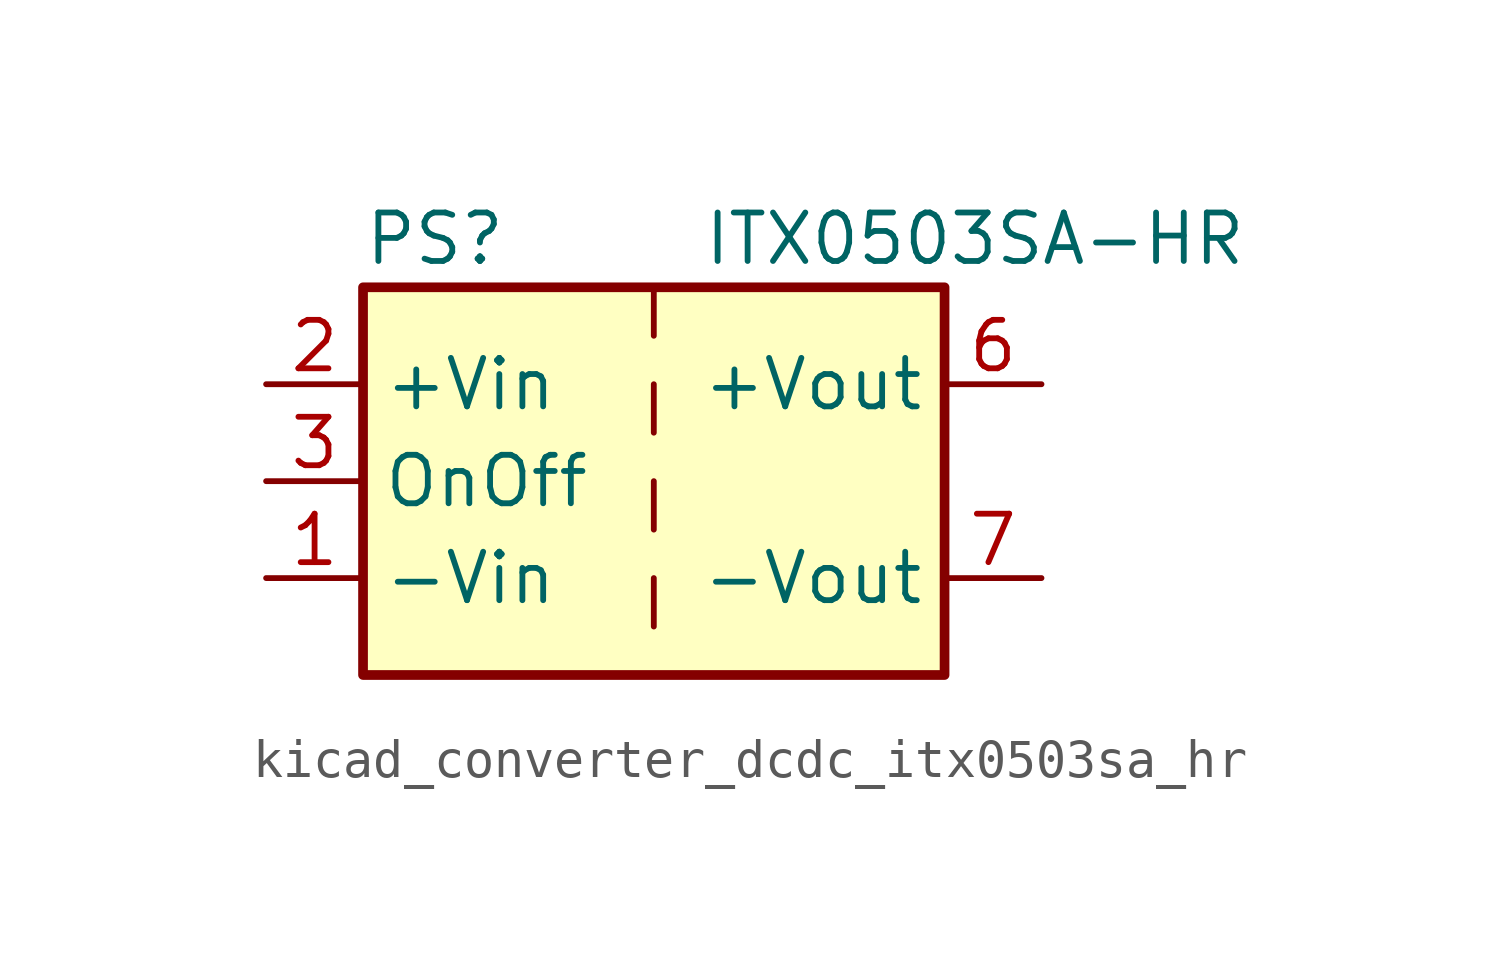
<source format=kicad_sym>
(kicad_symbol_lib
  (version 20220914)
  (generator kicad_symbol_editor)
  (symbol "kicad_converter_dcdc_itx0503sa_hr"
    (property "Reference" "PS"
      (at -7.62 6.35 0)
      (effects (font (size 1.27 1.27)) (justify left)))
    (property "Value" "ITX0503SA-HR"
      (at 1.27 6.35 0)
      (effects (font (size 1.27 1.27)) (justify left)))
    (symbol "kicad_converter_dcdc_itx0503sa_hr_0_0"
      (pin power_in line (at -10.16 -2.54 0) (length 2.54) (name "-Vin" (effects (font (size 1.27 1.27)))) (number "1" (effects (font (size 1.27 1.27)))))
      (pin power_in line (at -10.16 2.54 0) (length 2.54) (name "+Vin" (effects (font (size 1.27 1.27)))) (number "2" (effects (font (size 1.27 1.27)))))
      (pin input line (at -10.16 0 0) (length 2.54) (name "OnOff" (effects (font (size 1.27 1.27)))) (number "3" (effects (font (size 1.27 1.27)))))
      (pin no_connect line (at 0 5.08 270) (length 2.54) hide (name "NC" (effects (font (size 1.27 1.27)))) (number "5" (effects (font (size 1.27 1.27)))))
      (pin power_out line (at 10.16 2.54 180) (length 2.54) (name "+Vout" (effects (font (size 1.27 1.27)))) (number "6" (effects (font (size 1.27 1.27)))))
      (pin power_out line (at 10.16 -2.54 180) (length 2.54) (name "-Vout" (effects (font (size 1.27 1.27)))) (number "7" (effects (font (size 1.27 1.27)))))
      (pin no_connect line (at 7.62 0 180) (length 2.54) hide (name "NC" (effects (font (size 1.27 1.27)))) (number "8" (effects (font (size 1.27 1.27))))))
    (symbol "kicad_converter_dcdc_itx0503sa_hr_0_1"
      (rectangle (start -7.62 5.08) (end 7.62 -5.08) (stroke (width 0.254) (type default)) (fill (type background)))
      (polyline (pts (xy 0 -2.54) (xy 0 -3.81)) (stroke (width 0) (type default)) (fill (type none)))
      (polyline (pts (xy 0 0) (xy 0 -1.27)) (stroke (width 0) (type default)) (fill (type none)))
      (polyline (pts (xy 0 2.54) (xy 0 1.27)) (stroke (width 0) (type default)) (fill (type none)))
      (polyline (pts (xy 0 5.08) (xy 0 3.81)) (stroke (width 0) (type default)) (fill (type none))))))
</source>
